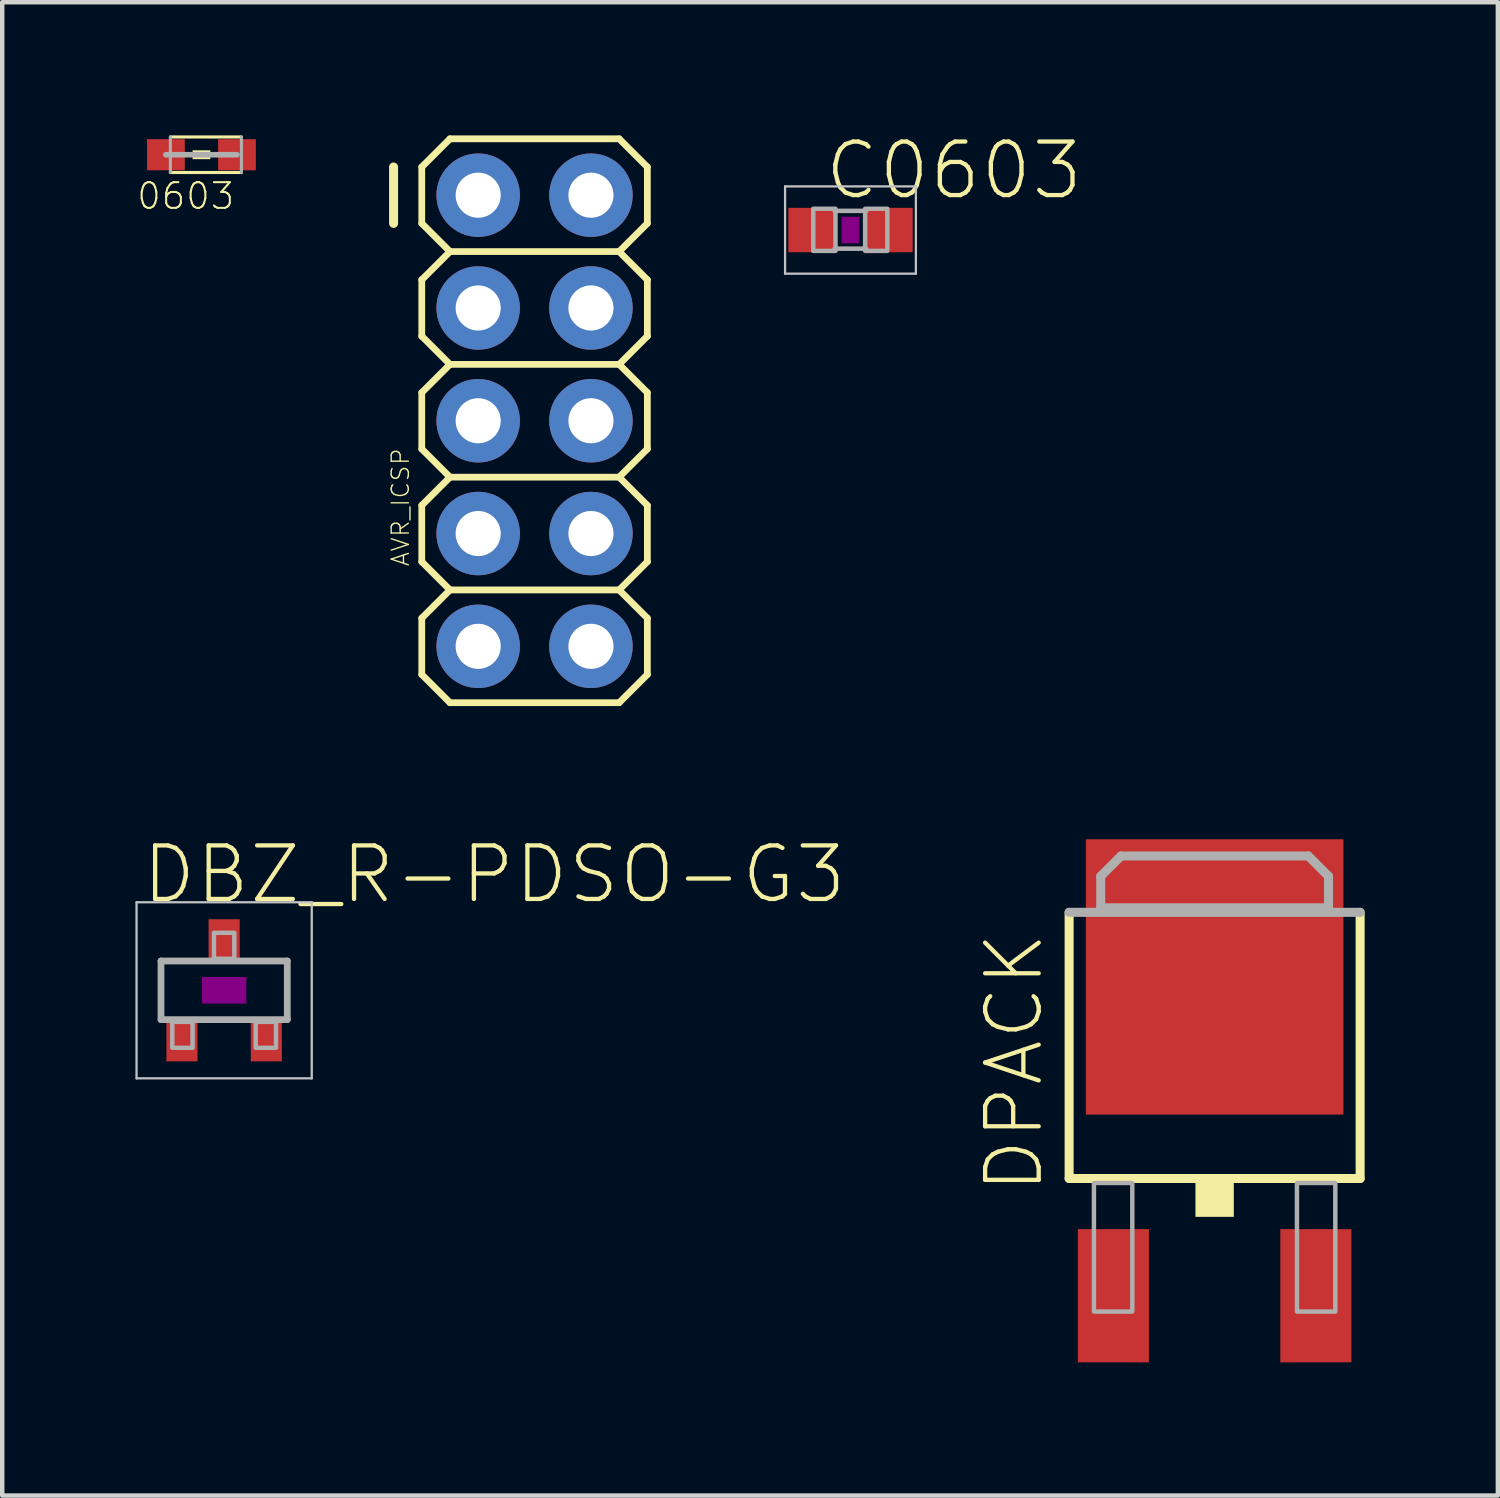
<source format=kicad_pcb>
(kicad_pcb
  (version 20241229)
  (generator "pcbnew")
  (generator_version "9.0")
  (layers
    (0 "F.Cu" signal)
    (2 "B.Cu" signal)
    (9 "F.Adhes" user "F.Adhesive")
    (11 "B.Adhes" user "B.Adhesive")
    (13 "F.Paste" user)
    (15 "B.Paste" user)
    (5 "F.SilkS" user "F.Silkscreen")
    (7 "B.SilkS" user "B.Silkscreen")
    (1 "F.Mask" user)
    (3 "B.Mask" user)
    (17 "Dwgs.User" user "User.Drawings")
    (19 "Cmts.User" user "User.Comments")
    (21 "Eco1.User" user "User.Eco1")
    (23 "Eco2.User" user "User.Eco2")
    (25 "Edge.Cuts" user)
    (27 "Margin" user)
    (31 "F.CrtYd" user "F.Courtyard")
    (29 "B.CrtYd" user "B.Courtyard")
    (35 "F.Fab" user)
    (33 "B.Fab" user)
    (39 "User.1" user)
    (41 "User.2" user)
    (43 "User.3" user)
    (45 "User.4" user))
  (footprint "DBZ_R-PDSO-G3"
    (layer "F.Cu")
    (at 1.998 19.253)
    (property "Reference" "DBZ_R-PDSO-G3" (at -1.905 -1.905 0) (layer "F.SilkS") (effects (font (size 1.206 1.206) (thickness 0.097)) (justify left bottom)))
    (attr through_hole)
    (fp_poly (pts (xy -0.5 0.3) (xy 0.5 0.3) (xy 0.5 -0.3) (xy -0.5 -0.3)) (stroke (width 0) (type solid)) (fill yes) (layer "F.Adhes"))
    (fp_line (start -1.973 -1.983) (end 1.973 -1.983) (stroke (width 0.051) (type solid)) (layer "Dwgs.User"))
    (fp_line (start -1.973 1.983) (end -1.973 -1.983) (stroke (width 0.051) (type solid)) (layer "Dwgs.User"))
    (fp_line (start 1.973 -1.983) (end 1.973 1.983) (stroke (width 0.051) (type solid)) (layer "Dwgs.User"))
    (fp_line (start 1.973 1.983) (end -1.973 1.983) (stroke (width 0.051) (type solid)) (layer "Dwgs.User"))
    (fp_line (start -1.422 -0.66) (end 1.422 -0.66) (stroke (width 0.152) (type solid)) (layer "F.Fab"))
    (fp_line (start -1.422 0.66) (end -1.422 -0.66) (stroke (width 0.152) (type solid)) (layer "F.Fab"))
    (fp_line (start 1.422 -0.66) (end 1.422 0.66) (stroke (width 0.152) (type solid)) (layer "F.Fab"))
    (fp_line (start 1.422 0.66) (end -1.422 0.66) (stroke (width 0.152) (type solid)) (layer "F.Fab"))
    (fp_poly (pts (xy -1.168 1.295) (xy -0.711 1.295) (xy -0.711 0.711) (xy -1.168 0.711)) (stroke (width 0.1) (type solid)) (fill no) (layer "F.Fab"))
    (fp_poly (pts (xy -0.229 -0.711) (xy 0.229 -0.711) (xy 0.229 -1.295) (xy -0.229 -1.295)) (stroke (width 0.1) (type solid)) (fill no) (layer "F.Fab"))
    (fp_poly (pts (xy 0.711 1.295) (xy 1.168 1.295) (xy 1.168 0.711) (xy 0.711 0.711)) (stroke (width 0.1) (type solid)) (fill no) (layer "F.Fab"))
    (pad "1" smd rect (at -0.95 1.1) (size 0.7 1) (layers "F.Cu" "F.Mask" "F.Paste"))
    (pad "2" smd rect (at 0.95 1.1) (size 0.7 1) (layers "F.Cu" "F.Mask" "F.Paste"))
    (pad "3" smd rect (at 0 -1.1) (size 0.7 1) (layers "F.Cu" "F.Mask" "F.Paste")))
  (footprint "AVR_ICSP"
    (layer "F.Cu")
    (at 8.989 6.426)
    (property "Reference" "AVR_ICSP" (at -2.794 3.302 90) (layer "F.SilkS") (effects (font (size 0.386 0.386) (thickness 0.031)) (justify left bottom)))
    (attr through_hole)
    (fp_line (start -3.175 -5.715) (end -3.175 -4.445) (stroke (width 0.203) (type solid)) (layer "F.SilkS"))
    (fp_line (start -2.54 -5.715) (end -2.54 -4.445) (stroke (width 0.152) (type solid)) (layer "F.SilkS"))
    (fp_line (start -2.54 -4.445) (end -1.905 -3.81) (stroke (width 0.152) (type solid)) (layer "F.SilkS"))
    (fp_line (start -2.54 -3.175) (end -2.54 -1.905) (stroke (width 0.152) (type solid)) (layer "F.SilkS"))
    (fp_line (start -2.54 -1.905) (end -1.905 -1.27) (stroke (width 0.152) (type solid)) (layer "F.SilkS"))
    (fp_line (start -2.54 -0.635) (end -2.54 0.635) (stroke (width 0.152) (type solid)) (layer "F.SilkS"))
    (fp_line (start -2.54 0.635) (end -1.905 1.27) (stroke (width 0.152) (type solid)) (layer "F.SilkS"))
    (fp_line (start -2.54 1.905) (end -2.54 3.175) (stroke (width 0.152) (type solid)) (layer "F.SilkS"))
    (fp_line (start -2.54 3.175) (end -1.905 3.81) (stroke (width 0.152) (type solid)) (layer "F.SilkS"))
    (fp_line (start -2.54 4.445) (end -2.54 5.715) (stroke (width 0.152) (type solid)) (layer "F.SilkS"))
    (fp_line (start -2.54 5.715) (end -1.905 6.35) (stroke (width 0.152) (type solid)) (layer "F.SilkS"))
    (fp_line (start -1.905 -6.35) (end -2.54 -5.715) (stroke (width 0.152) (type solid)) (layer "F.SilkS"))
    (fp_line (start -1.905 -6.35) (end 1.905 -6.35) (stroke (width 0.152) (type solid)) (layer "F.SilkS"))
    (fp_line (start -1.905 -3.81) (end -2.54 -3.175) (stroke (width 0.152) (type solid)) (layer "F.SilkS"))
    (fp_line (start -1.905 -1.27) (end -2.54 -0.635) (stroke (width 0.152) (type solid)) (layer "F.SilkS"))
    (fp_line (start -1.905 1.27) (end -2.54 1.905) (stroke (width 0.152) (type solid)) (layer "F.SilkS"))
    (fp_line (start -1.905 3.81) (end -2.54 4.445) (stroke (width 0.152) (type solid)) (layer "F.SilkS"))
    (fp_line (start 1.905 -6.35) (end 2.54 -5.715) (stroke (width 0.152) (type solid)) (layer "F.SilkS"))
    (fp_line (start 1.905 -3.81) (end -1.905 -3.81) (stroke (width 0.152) (type solid)) (layer "F.SilkS"))
    (fp_line (start 1.905 -3.81) (end 2.54 -3.175) (stroke (width 0.152) (type solid)) (layer "F.SilkS"))
    (fp_line (start 1.905 -1.27) (end -1.905 -1.27) (stroke (width 0.152) (type solid)) (layer "F.SilkS"))
    (fp_line (start 1.905 -1.27) (end 2.54 -0.635) (stroke (width 0.152) (type solid)) (layer "F.SilkS"))
    (fp_line (start 1.905 1.27) (end -1.905 1.27) (stroke (width 0.152) (type solid)) (layer "F.SilkS"))
    (fp_line (start 1.905 1.27) (end 2.54 1.905) (stroke (width 0.152) (type solid)) (layer "F.SilkS"))
    (fp_line (start 1.905 3.81) (end -1.905 3.81) (stroke (width 0.152) (type solid)) (layer "F.SilkS"))
    (fp_line (start 1.905 3.81) (end 2.54 4.445) (stroke (width 0.152) (type solid)) (layer "F.SilkS"))
    (fp_line (start 1.905 6.35) (end -1.905 6.35) (stroke (width 0.152) (type solid)) (layer "F.SilkS"))
    (fp_line (start 2.54 -5.715) (end 2.54 -4.445) (stroke (width 0.152) (type solid)) (layer "F.SilkS"))
    (fp_line (start 2.54 -4.445) (end 1.905 -3.81) (stroke (width 0.152) (type solid)) (layer "F.SilkS"))
    (fp_line (start 2.54 -3.175) (end 2.54 -1.905) (stroke (width 0.152) (type solid)) (layer "F.SilkS"))
    (fp_line (start 2.54 -1.905) (end 1.905 -1.27) (stroke (width 0.152) (type solid)) (layer "F.SilkS"))
    (fp_line (start 2.54 -0.635) (end 2.54 0.635) (stroke (width 0.152) (type solid)) (layer "F.SilkS"))
    (fp_line (start 2.54 0.635) (end 1.905 1.27) (stroke (width 0.152) (type solid)) (layer "F.SilkS"))
    (fp_line (start 2.54 1.905) (end 2.54 3.175) (stroke (width 0.152) (type solid)) (layer "F.SilkS"))
    (fp_line (start 2.54 3.175) (end 1.905 3.81) (stroke (width 0.152) (type solid)) (layer "F.SilkS"))
    (fp_line (start 2.54 4.445) (end 2.54 5.715) (stroke (width 0.152) (type solid)) (layer "F.SilkS"))
    (fp_line (start 2.54 5.715) (end 1.905 6.35) (stroke (width 0.152) (type solid)) (layer "F.SilkS"))
    (fp_poly (pts (xy -1.524 0.254) (xy -1.016 0.254) (xy -1.016 -0.254) (xy -1.524 -0.254)) (stroke (width 0) (type solid)) (fill yes) (layer "F.SilkS"))
    (fp_poly (pts (xy -1.524 -4.826) (xy -1.016 -4.826) (xy -1.016 -5.334) (xy -1.524 -5.334)) (stroke (width 0.1) (type solid)) (fill no) (layer "F.Fab"))
    (fp_poly (pts (xy -1.524 -2.286) (xy -1.016 -2.286) (xy -1.016 -2.794) (xy -1.524 -2.794)) (stroke (width 0.1) (type solid)) (fill no) (layer "F.Fab"))
    (fp_poly (pts (xy -1.524 2.794) (xy -1.016 2.794) (xy -1.016 2.286) (xy -1.524 2.286)) (stroke (width 0.1) (type solid)) (fill no) (layer "F.Fab"))
    (fp_poly (pts (xy -1.524 5.334) (xy -1.016 5.334) (xy -1.016 4.826) (xy -1.524 4.826)) (stroke (width 0.1) (type solid)) (fill no) (layer "F.Fab"))
    (fp_poly (pts (xy 1.016 -4.826) (xy 1.524 -4.826) (xy 1.524 -5.334) (xy 1.016 -5.334)) (stroke (width 0.1) (type solid)) (fill no) (layer "F.Fab"))
    (fp_poly (pts (xy 1.016 -2.286) (xy 1.524 -2.286) (xy 1.524 -2.794) (xy 1.016 -2.794)) (stroke (width 0.1) (type solid)) (fill no) (layer "F.Fab"))
    (fp_poly (pts (xy 1.016 0.254) (xy 1.524 0.254) (xy 1.524 -0.254) (xy 1.016 -0.254)) (stroke (width 0.1) (type solid)) (fill no) (layer "F.Fab"))
    (fp_poly (pts (xy 1.016 2.794) (xy 1.524 2.794) (xy 1.524 2.286) (xy 1.016 2.286)) (stroke (width 0.1) (type solid)) (fill no) (layer "F.Fab"))
    (fp_poly (pts (xy 1.016 5.334) (xy 1.524 5.334) (xy 1.524 4.826) (xy 1.016 4.826)) (stroke (width 0.1) (type solid)) (fill no) (layer "F.Fab"))
    (pad "1" thru_hole circle (at -1.27 -5.08 270) (size 1.88 1.88) (drill 1.016) (layers "*.Cu" "*.Mask"))
    (pad "2" thru_hole circle (at 1.27 -5.08 270) (size 1.88 1.88) (drill 1.016) (layers "*.Cu" "*.Mask"))
    (pad "3" thru_hole circle (at -1.27 -2.54 270) (size 1.88 1.88) (drill 1.016) (layers "*.Cu" "*.Mask"))
    (pad "4" thru_hole circle (at 1.27 -2.54 270) (size 1.88 1.88) (drill 1.016) (layers "*.Cu" "*.Mask"))
    (pad "5" thru_hole circle (at -1.27 0 270) (size 1.88 1.88) (drill 1.016) (layers "*.Cu" "*.Mask"))
    (pad "6" thru_hole circle (at 1.27 0 270) (size 1.88 1.88) (drill 1.016) (layers "*.Cu" "*.Mask"))
    (pad "7" thru_hole circle (at -1.27 2.54 270) (size 1.88 1.88) (drill 1.016) (layers "*.Cu" "*.Mask"))
    (pad "8" thru_hole circle (at 1.27 2.54 270) (size 1.88 1.88) (drill 1.016) (layers "*.Cu" "*.Mask"))
    (pad "9" thru_hole circle (at -1.27 5.08 270) (size 1.88 1.88) (drill 1.016) (layers "*.Cu" "*.Mask"))
    (pad "10" thru_hole circle (at 1.27 5.08 270) (size 1.88 1.88) (drill 1.016) (layers "*.Cu" "*.Mask")))
  (footprint "0603"
    (layer "F.Cu")
    (at 1.587 0.435)
    (property "Reference" "0603" (at -1.587 1.27 0) (layer "F.SilkS") (effects (font (size 0.579 0.579) (thickness 0.046)) (justify left bottom)))
    (attr through_hole)
    (fp_line (start -0.8 -0.4) (end 0.8 -0.4) (stroke (width 0.07) (type solid)) (layer "F.SilkS"))
    (fp_line (start 0.8 0.4) (end -0.8 0.4) (stroke (width 0.07) (type solid)) (layer "F.SilkS"))
    (fp_poly (pts (xy -0.3 0.1) (xy 0.1 0.1) (xy 0.1 -0.1) (xy -0.3 -0.1)) (stroke (width 0) (type solid)) (fill yes) (layer "F.SilkS"))
    (fp_line (start -0.9 0) (end 0.7 0) (stroke (width 0.127) (type solid)) (layer "F.Fab"))
    (fp_line (start -0.8 0.4) (end -0.8 -0.4) (stroke (width 0.07) (type solid)) (layer "F.Fab"))
    (fp_line (start 0.8 -0.4) (end 0.8 0.4) (stroke (width 0.07) (type solid)) (layer "F.Fab"))
    (pad "1" smd rect (at -0.9 0) (size 0.85 0.7) (layers "F.Cu" "F.Mask" "F.Paste"))
    (pad "2" smd rect (at 0.7 0) (size 0.85 0.7) (layers "F.Cu" "F.Mask" "F.Paste")))
  (footprint "DPACK"
    (layer "F.Cu")
    (at 24.305 21.332)
    (property "Reference" "DPACK" (at -3.81 2.54 90) (layer "F.SilkS") (effects (font (size 1.206 1.206) (thickness 0.097)) (justify left bottom)))
    (attr through_hole)
    (fp_line (start -3.277 2.159) (end -3.277 -3.835) (stroke (width 0.203) (type solid)) (layer "F.SilkS"))
    (fp_line (start 3.277 -3.835) (end 3.277 2.159) (stroke (width 0.203) (type solid)) (layer "F.SilkS"))
    (fp_line (start 3.277 2.159) (end -3.277 2.159) (stroke (width 0.203) (type solid)) (layer "F.SilkS"))
    (fp_poly (pts (xy -0.432 3.023) (xy 0.432 3.023) (xy 0.432 2.261) (xy -0.432 2.261)) (stroke (width 0) (type solid)) (fill yes) (layer "F.SilkS"))
    (fp_line (start -3.277 -3.835) (end 3.277 -3.835) (stroke (width 0.203) (type solid)) (layer "F.Fab"))
    (fp_line (start -2.565 -4.648) (end -2.108 -5.105) (stroke (width 0.203) (type solid)) (layer "F.Fab"))
    (fp_line (start -2.565 -3.937) (end -2.565 -4.648) (stroke (width 0.203) (type solid)) (layer "F.Fab"))
    (fp_line (start -2.108 -5.105) (end 2.108 -5.105) (stroke (width 0.203) (type solid)) (layer "F.Fab"))
    (fp_line (start 2.108 -5.105) (end 2.565 -4.648) (stroke (width 0.203) (type solid)) (layer "F.Fab"))
    (fp_line (start 2.565 -4.648) (end 2.565 -3.937) (stroke (width 0.203) (type solid)) (layer "F.Fab"))
    (fp_line (start 2.565 -3.937) (end -2.565 -3.937) (stroke (width 0.203) (type solid)) (layer "F.Fab"))
    (fp_poly (pts (xy -2.718 5.156) (xy -1.854 5.156) (xy -1.854 2.261) (xy -2.718 2.261)) (stroke (width 0.1) (type solid)) (fill no) (layer "F.Fab"))
    (fp_poly (pts (xy 1.854 5.156) (xy 2.718 5.156) (xy 2.718 2.261) (xy 1.854 2.261)) (stroke (width 0.1) (type solid)) (fill no) (layer "F.Fab"))
    (fp_poly (pts (xy -2.565 -3.937) (xy -2.565 -4.648) (xy -2.108 -5.105) (xy 2.108 -5.105) (xy 2.565 -4.648) (xy 2.565 -3.937)) (stroke (width 0.1) (type solid)) (fill no) (layer "F.Fab"))
    (pad "1" smd rect (at -2.28 4.8) (size 1.6 3) (layers "F.Cu" "F.Mask" "F.Paste"))
    (pad "3" smd rect (at 2.28 4.8) (size 1.6 3) (layers "F.Cu" "F.Mask" "F.Paste"))
    (pad "4" smd rect (at 0 -2.38) (size 5.8 6.2) (layers "F.Cu" "F.Mask" "F.Paste")))
  (footprint "C0603"
    (layer "F.Cu")
    (at 16.104 2.131)
    (property "Reference" "C0603" (at -0.635 -0.635 0) (layer "F.SilkS") (effects (font (size 1.206 1.206) (thickness 0.097)) (justify left bottom)))
    (attr through_hole)
    (fp_poly (pts (xy -0.2 0.3) (xy 0.2 0.3) (xy 0.2 -0.3) (xy -0.2 -0.3)) (stroke (width 0) (type solid)) (fill yes) (layer "F.Adhes"))
    (fp_line (start -1.473 -0.983) (end 1.473 -0.983) (stroke (width 0.051) (type solid)) (layer "Dwgs.User"))
    (fp_line (start -1.473 0.983) (end -1.473 -0.983) (stroke (width 0.051) (type solid)) (layer "Dwgs.User"))
    (fp_line (start 1.473 -0.983) (end 1.473 0.983) (stroke (width 0.051) (type solid)) (layer "Dwgs.User"))
    (fp_line (start 1.473 0.983) (end -1.473 0.983) (stroke (width 0.051) (type solid)) (layer "Dwgs.User"))
    (fp_line (start -0.356 -0.432) (end 0.356 -0.432) (stroke (width 0.102) (type solid)) (layer "F.Fab"))
    (fp_line (start -0.356 0.419) (end 0.356 0.419) (stroke (width 0.102) (type solid)) (layer "F.Fab"))
    (fp_poly (pts (xy -0.838 0.47) (xy -0.338 0.47) (xy -0.338 -0.48) (xy -0.838 -0.48)) (stroke (width 0.1) (type solid)) (fill no) (layer "F.Fab"))
    (fp_poly (pts (xy 0.33 0.47) (xy 0.83 0.47) (xy 0.83 -0.48) (xy 0.33 -0.48)) (stroke (width 0.1) (type solid)) (fill no) (layer "F.Fab"))
    (pad "1" smd rect (at -0.85 0) (size 1.1 1) (layers "F.Cu" "F.Mask" "F.Paste"))
    (pad "2" smd rect (at 0.85 0) (size 1.1 1) (layers "F.Cu" "F.Mask" "F.Paste")))
  (gr_rect
    (start -3 -3)
    (end 30.684 30.632)
    (stroke (width 0.1) (type default))
    (fill no)
    (layer "Edge.Cuts")))
</source>
